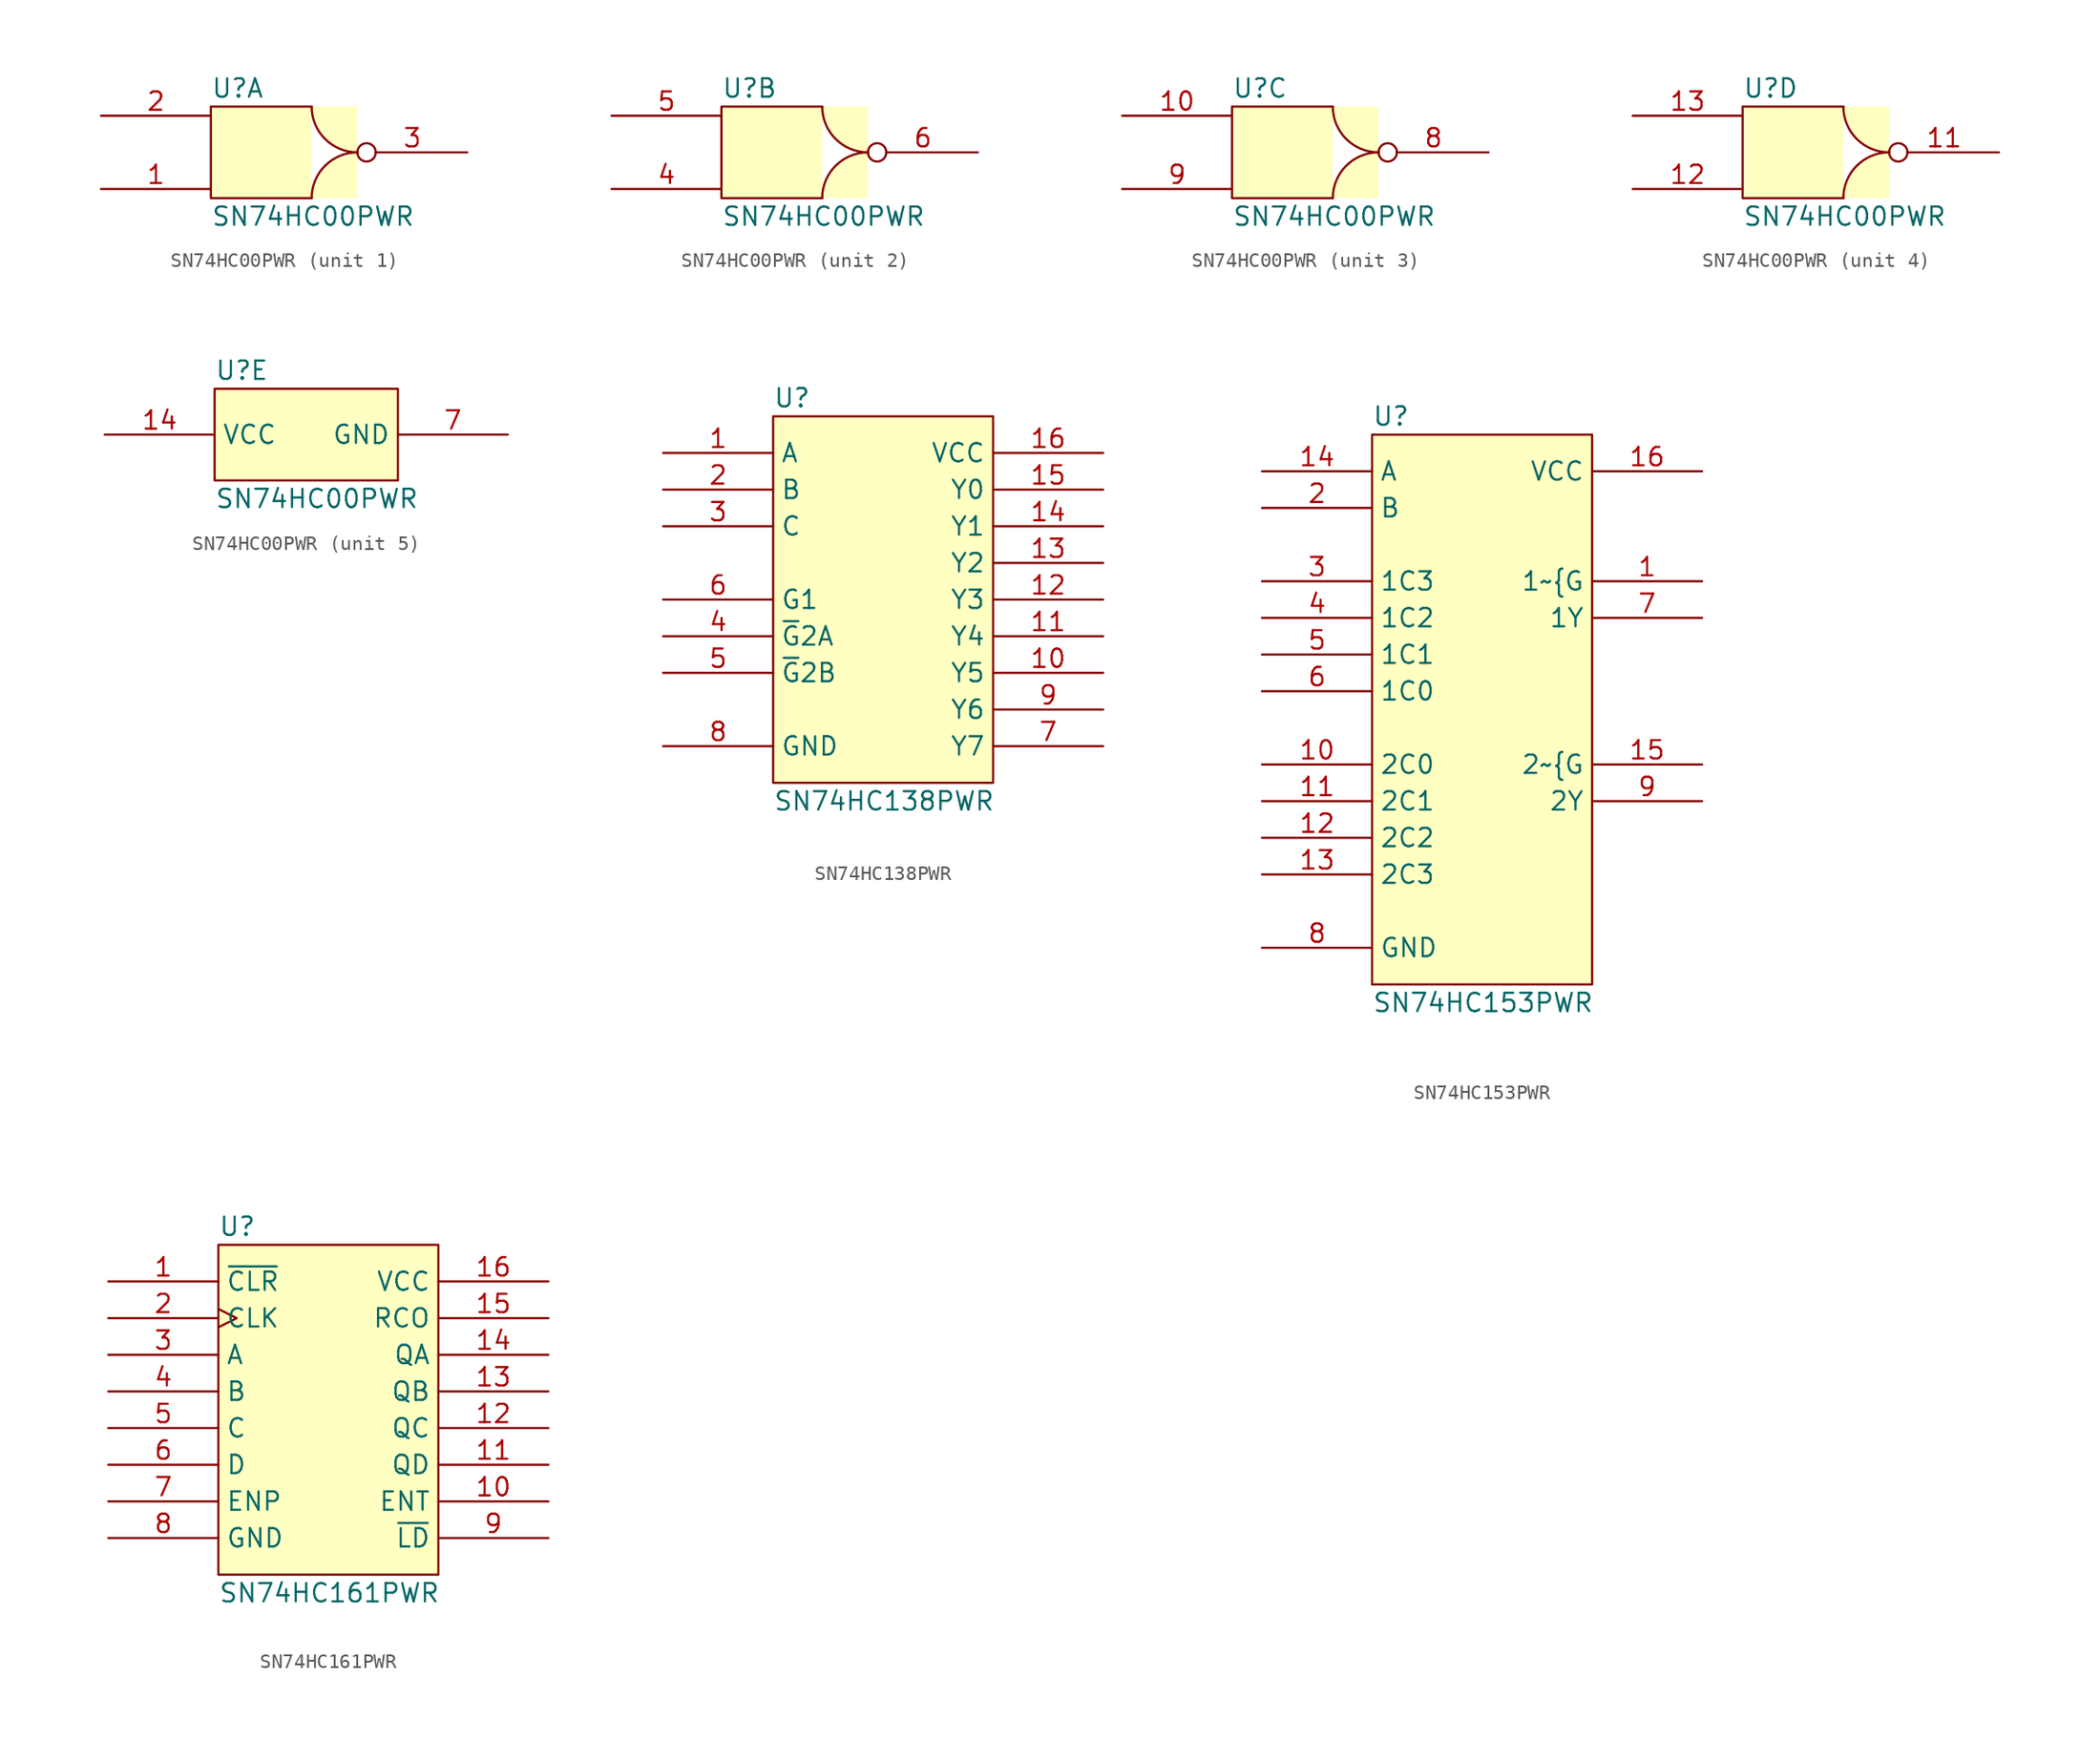
<source format=kicad_sym>
(kicad_symbol_lib
  (version 20211014)
  (generator kicad_symbol_editor)
  (symbol "SN74HC00PWR"
    (property "Reference" "U"
      (at 0 1.905 0)
      (effects (font (size 1.27 1.27)) (justify left)))
    (property "Value" "SN74HC00PWR"
      (at 0 -6.985 0)
      (effects (font (size 1.27 1.27)) (justify left)))
    (property "ki_locked" ""
      (at 0 0 0)
      (effects (font (size 1.27 1.27))))
    (symbol "SN74HC00PWR_1_0"
      (pin input line (at -7.62 -5.08 0) (length 7.62) (name "1A" (effects (font (size 0 0)))) (number "1" (effects (font (size 1.27 1.27)))))
      (pin input line (at -7.62 0 0) (length 7.62) (name "1B" (effects (font (size 0 0)))) (number "2" (effects (font (size 1.27 1.27)))))
      (pin output inverted (at 17.78 -2.54 180) (length 7.62) (name "1Y" (effects (font (size 0 0)))) (number "3" (effects (font (size 1.27 1.27))))))
    (symbol "SN74HC00PWR_1_1"
      (polyline (pts (xy 6.985 -5.715) (xy 0 -5.715) (xy 0 0.635) (xy 6.985 0.635)) (stroke (width 0) (type default) (color 0 0 0 0)) (fill (type background)))
      (arc (start 6.985 0.635) (mid 4.7399 -4.7851) (end 10.16 -2.54) (stroke (width 0) (type default) (color 0 0 0 0)) (fill (type background)))
      (arc (start 10.16 -2.54) (mid 4.7399 -0.2949) (end 6.985 -5.715) (stroke (width 0) (type default) (color 0 0 0 0)) (fill (type background))))
    (symbol "SN74HC00PWR_2_0"
      (pin input line (at -7.62 -5.08 0) (length 7.62) (name "2A" (effects (font (size 0 0)))) (number "4" (effects (font (size 1.27 1.27)))))
      (pin input line (at -7.62 0 0) (length 7.62) (name "2B" (effects (font (size 0 0)))) (number "5" (effects (font (size 1.27 1.27)))))
      (pin output inverted (at 17.78 -2.54 180) (length 7.62) (name "2Y" (effects (font (size 0 0)))) (number "6" (effects (font (size 1.27 1.27))))))
    (symbol "SN74HC00PWR_2_1"
      (polyline (pts (xy 6.985 -5.715) (xy 0 -5.715) (xy 0 0.635) (xy 6.985 0.635)) (stroke (width 0) (type default) (color 0 0 0 0)) (fill (type background)))
      (arc (start 6.985 0.635) (mid 4.7399 -4.7851) (end 10.16 -2.54) (stroke (width 0) (type default) (color 0 0 0 0)) (fill (type background)))
      (arc (start 10.16 -2.54) (mid 4.7399 -0.2949) (end 6.985 -5.715) (stroke (width 0) (type default) (color 0 0 0 0)) (fill (type background))))
    (symbol "SN74HC00PWR_3_0"
      (pin input line (at -7.62 0 0) (length 7.62) (name "3B" (effects (font (size 0 0)))) (number "10" (effects (font (size 1.27 1.27)))))
      (pin output inverted (at 17.78 -2.54 180) (length 7.62) (name "3Y" (effects (font (size 0 0)))) (number "8" (effects (font (size 1.27 1.27)))))
      (pin input line (at -7.62 -5.08 0) (length 7.62) (name "3A" (effects (font (size 0 0)))) (number "9" (effects (font (size 1.27 1.27))))))
    (symbol "SN74HC00PWR_3_1"
      (polyline (pts (xy 6.985 -5.715) (xy 0 -5.715) (xy 0 0.635) (xy 6.985 0.635)) (stroke (width 0) (type default) (color 0 0 0 0)) (fill (type background)))
      (arc (start 6.985 0.635) (mid 4.7399 -4.7851) (end 10.16 -2.54) (stroke (width 0) (type default) (color 0 0 0 0)) (fill (type background)))
      (arc (start 10.16 -2.54) (mid 4.7399 -0.2949) (end 6.985 -5.715) (stroke (width 0) (type default) (color 0 0 0 0)) (fill (type background))))
    (symbol "SN74HC00PWR_4_0"
      (pin output inverted (at 17.78 -2.54 180) (length 7.62) (name "4Y" (effects (font (size 0 0)))) (number "11" (effects (font (size 1.27 1.27)))))
      (pin input line (at -7.62 -5.08 0) (length 7.62) (name "4A" (effects (font (size 0 0)))) (number "12" (effects (font (size 1.27 1.27)))))
      (pin input line (at -7.62 0 0) (length 7.62) (name "4B" (effects (font (size 0 0)))) (number "13" (effects (font (size 1.27 1.27))))))
    (symbol "SN74HC00PWR_4_1"
      (polyline (pts (xy 6.985 -5.715) (xy 0 -5.715) (xy 0 0.635) (xy 6.985 0.635)) (stroke (width 0) (type default) (color 0 0 0 0)) (fill (type background)))
      (arc (start 6.985 0.635) (mid 4.7399 -4.7851) (end 10.16 -2.54) (stroke (width 0) (type default) (color 0 0 0 0)) (fill (type background)))
      (arc (start 10.16 -2.54) (mid 4.7399 -0.2949) (end 6.985 -5.715) (stroke (width 0) (type default) (color 0 0 0 0)) (fill (type background))))
    (symbol "SN74HC00PWR_5_0"
      (rectangle (start 0 0.635) (end 12.7 -5.715) (stroke (width 0) (type default) (color 0 0 0 0)) (fill (type background)))
      (pin power_in line (at -7.62 -2.54 0) (length 7.62) (name "VCC" (effects (font (size 1.27 1.27)))) (number "14" (effects (font (size 1.27 1.27)))))
      (pin power_in line (at 20.32 -2.54 180) (length 7.62) (name "GND" (effects (font (size 1.27 1.27)))) (number "7" (effects (font (size 1.27 1.27)))))))
  (symbol "SN74HC138PWR"
    (property "Reference" "U"
      (at 0 3.81 0)
      (effects (font (size 1.27 1.27)) (justify left)))
    (property "Value" "SN74HC138PWR"
      (at 0 -24.13 0)
      (effects (font (size 1.27 1.27)) (justify left)))
    (symbol "SN74HC138PWR_1_0"
      (rectangle (start 15.24 2.54) (end 0 -22.86) (stroke (width 0) (type default) (color 0 0 0 0)) (fill (type background)))
      (pin input line (at -7.62 0 0) (length 7.62) (name "A" (effects (font (size 1.27 1.27)))) (number "1" (effects (font (size 1.27 1.27)))))
      (pin output line (at 22.86 -15.24 180) (length 7.62) (name "Y5" (effects (font (size 1.27 1.27)))) (number "10" (effects (font (size 1.27 1.27)))))
      (pin output line (at 22.86 -12.7 180) (length 7.62) (name "Y4" (effects (font (size 1.27 1.27)))) (number "11" (effects (font (size 1.27 1.27)))))
      (pin output line (at 22.86 -10.16 180) (length 7.62) (name "Y3" (effects (font (size 1.27 1.27)))) (number "12" (effects (font (size 1.27 1.27)))))
      (pin output line (at 22.86 -7.62 180) (length 7.62) (name "Y2" (effects (font (size 1.27 1.27)))) (number "13" (effects (font (size 1.27 1.27)))))
      (pin output line (at 22.86 -5.08 180) (length 7.62) (name "Y1" (effects (font (size 1.27 1.27)))) (number "14" (effects (font (size 1.27 1.27)))))
      (pin output line (at 22.86 -2.54 180) (length 7.62) (name "Y0" (effects (font (size 1.27 1.27)))) (number "15" (effects (font (size 1.27 1.27)))))
      (pin power_in line (at 22.86 0 180) (length 7.62) (name "VCC" (effects (font (size 1.27 1.27)))) (number "16" (effects (font (size 1.27 1.27)))))
      (pin input line (at -7.62 -2.54 0) (length 7.62) (name "B" (effects (font (size 1.27 1.27)))) (number "2" (effects (font (size 1.27 1.27)))))
      (pin input line (at -7.62 -5.08 0) (length 7.62) (name "C" (effects (font (size 1.27 1.27)))) (number "3" (effects (font (size 1.27 1.27)))))
      (pin input line (at -7.62 -12.7 0) (length 7.62) (name "~{G}2A" (effects (font (size 1.27 1.27)))) (number "4" (effects (font (size 1.27 1.27)))))
      (pin input line (at -7.62 -15.24 0) (length 7.62) (name "~{G}2B" (effects (font (size 1.27 1.27)))) (number "5" (effects (font (size 1.27 1.27)))))
      (pin input line (at -7.62 -10.16 0) (length 7.62) (name "G1" (effects (font (size 1.27 1.27)))) (number "6" (effects (font (size 1.27 1.27)))))
      (pin output line (at 22.86 -20.32 180) (length 7.62) (name "Y7" (effects (font (size 1.27 1.27)))) (number "7" (effects (font (size 1.27 1.27)))))
      (pin power_in line (at -7.62 -20.32 0) (length 7.62) (name "GND" (effects (font (size 1.27 1.27)))) (number "8" (effects (font (size 1.27 1.27)))))
      (pin output line (at 22.86 -17.78 180) (length 7.62) (name "Y6" (effects (font (size 1.27 1.27)))) (number "9" (effects (font (size 1.27 1.27)))))))
  (symbol "SN74HC153PWR"
    (property "Reference" "U"
      (at 0 3.81 0)
      (effects (font (size 1.27 1.27)) (justify left)))
    (property "Value" "SN74HC153PWR"
      (at 0 -36.83 0)
      (effects (font (size 1.27 1.27)) (justify left)))
    (symbol "SN74HC153PWR_1_0"
      (rectangle (start 15.24 2.54) (end 0 -35.56) (stroke (width 0) (type default) (color 0 0 0 0)) (fill (type background)))
      (pin input line (at 22.86 -7.62 180) (length 7.62) (name "1~{G" (effects (font (size 1.27 1.27)))) (number "1" (effects (font (size 1.27 1.27)))))
      (pin input line (at -7.62 -20.32 0) (length 7.62) (name "2C0" (effects (font (size 1.27 1.27)))) (number "10" (effects (font (size 1.27 1.27)))))
      (pin input line (at -7.62 -22.86 0) (length 7.62) (name "2C1" (effects (font (size 1.27 1.27)))) (number "11" (effects (font (size 1.27 1.27)))))
      (pin input line (at -7.62 -25.4 0) (length 7.62) (name "2C2" (effects (font (size 1.27 1.27)))) (number "12" (effects (font (size 1.27 1.27)))))
      (pin input line (at -7.62 -27.94 0) (length 7.62) (name "2C3" (effects (font (size 1.27 1.27)))) (number "13" (effects (font (size 1.27 1.27)))))
      (pin input line (at -7.62 0 0) (length 7.62) (name "A" (effects (font (size 1.27 1.27)))) (number "14" (effects (font (size 1.27 1.27)))))
      (pin input line (at 22.86 -20.32 180) (length 7.62) (name "2~{G" (effects (font (size 1.27 1.27)))) (number "15" (effects (font (size 1.27 1.27)))))
      (pin power_in line (at 22.86 0 180) (length 7.62) (name "VCC" (effects (font (size 1.27 1.27)))) (number "16" (effects (font (size 1.27 1.27)))))
      (pin input line (at -7.62 -2.54 0) (length 7.62) (name "B" (effects (font (size 1.27 1.27)))) (number "2" (effects (font (size 1.27 1.27)))))
      (pin input line (at -7.62 -7.62 0) (length 7.62) (name "1C3" (effects (font (size 1.27 1.27)))) (number "3" (effects (font (size 1.27 1.27)))))
      (pin input line (at -7.62 -10.16 0) (length 7.62) (name "1C2" (effects (font (size 1.27 1.27)))) (number "4" (effects (font (size 1.27 1.27)))))
      (pin input line (at -7.62 -12.7 0) (length 7.62) (name "1C1" (effects (font (size 1.27 1.27)))) (number "5" (effects (font (size 1.27 1.27)))))
      (pin input line (at -7.62 -15.24 0) (length 7.62) (name "1C0" (effects (font (size 1.27 1.27)))) (number "6" (effects (font (size 1.27 1.27)))))
      (pin output line (at 22.86 -10.16 180) (length 7.62) (name "1Y" (effects (font (size 1.27 1.27)))) (number "7" (effects (font (size 1.27 1.27)))))
      (pin power_in line (at -7.62 -33.02 0) (length 7.62) (name "GND" (effects (font (size 1.27 1.27)))) (number "8" (effects (font (size 1.27 1.27)))))
      (pin output line (at 22.86 -22.86 180) (length 7.62) (name "2Y" (effects (font (size 1.27 1.27)))) (number "9" (effects (font (size 1.27 1.27)))))))
  (symbol "SN74HC161PWR"
    (property "Reference" "U"
      (at 0 3.81 0)
      (effects (font (size 1.27 1.27)) (justify left)))
    (property "Value" "SN74HC161PWR"
      (at 0 -21.59 0)
      (effects (font (size 1.27 1.27)) (justify left)))
    (symbol "SN74HC161PWR_1_0"
      (rectangle (start 15.24 2.54) (end 0 -20.32) (stroke (width 0) (type default) (color 0 0 0 0)) (fill (type background)))
      (pin input line (at -7.62 0 0) (length 7.62) (name "~{CLR}" (effects (font (size 1.27 1.27)))) (number "1" (effects (font (size 1.27 1.27)))))
      (pin input line (at 22.86 -15.24 180) (length 7.62) (name "ENT" (effects (font (size 1.27 1.27)))) (number "10" (effects (font (size 1.27 1.27)))))
      (pin output line (at 22.86 -12.7 180) (length 7.62) (name "QD" (effects (font (size 1.27 1.27)))) (number "11" (effects (font (size 1.27 1.27)))))
      (pin output line (at 22.86 -10.16 180) (length 7.62) (name "QC" (effects (font (size 1.27 1.27)))) (number "12" (effects (font (size 1.27 1.27)))))
      (pin output line (at 22.86 -7.62 180) (length 7.62) (name "QB" (effects (font (size 1.27 1.27)))) (number "13" (effects (font (size 1.27 1.27)))))
      (pin output line (at 22.86 -5.08 180) (length 7.62) (name "QA" (effects (font (size 1.27 1.27)))) (number "14" (effects (font (size 1.27 1.27)))))
      (pin output line (at 22.86 -2.54 180) (length 7.62) (name "RCO" (effects (font (size 1.27 1.27)))) (number "15" (effects (font (size 1.27 1.27)))))
      (pin power_in line (at 22.86 0 180) (length 7.62) (name "VCC" (effects (font (size 1.27 1.27)))) (number "16" (effects (font (size 1.27 1.27)))))
      (pin input clock (at -7.62 -2.54 0) (length 7.62) (name "CLK" (effects (font (size 1.27 1.27)))) (number "2" (effects (font (size 1.27 1.27)))))
      (pin input line (at -7.62 -5.08 0) (length 7.62) (name "A" (effects (font (size 1.27 1.27)))) (number "3" (effects (font (size 1.27 1.27)))))
      (pin input line (at -7.62 -7.62 0) (length 7.62) (name "B" (effects (font (size 1.27 1.27)))) (number "4" (effects (font (size 1.27 1.27)))))
      (pin input line (at -7.62 -10.16 0) (length 7.62) (name "C" (effects (font (size 1.27 1.27)))) (number "5" (effects (font (size 1.27 1.27)))))
      (pin input line (at -7.62 -12.7 0) (length 7.62) (name "D" (effects (font (size 1.27 1.27)))) (number "6" (effects (font (size 1.27 1.27)))))
      (pin input line (at -7.62 -15.24 0) (length 7.62) (name "ENP" (effects (font (size 1.27 1.27)))) (number "7" (effects (font (size 1.27 1.27)))))
      (pin power_in line (at -7.62 -17.78 0) (length 7.62) (name "GND" (effects (font (size 1.27 1.27)))) (number "8" (effects (font (size 1.27 1.27)))))
      (pin input line (at 22.86 -17.78 180) (length 7.62) (name "~{LD}" (effects (font (size 1.27 1.27)))) (number "9" (effects (font (size 1.27 1.27))))))))
</source>
